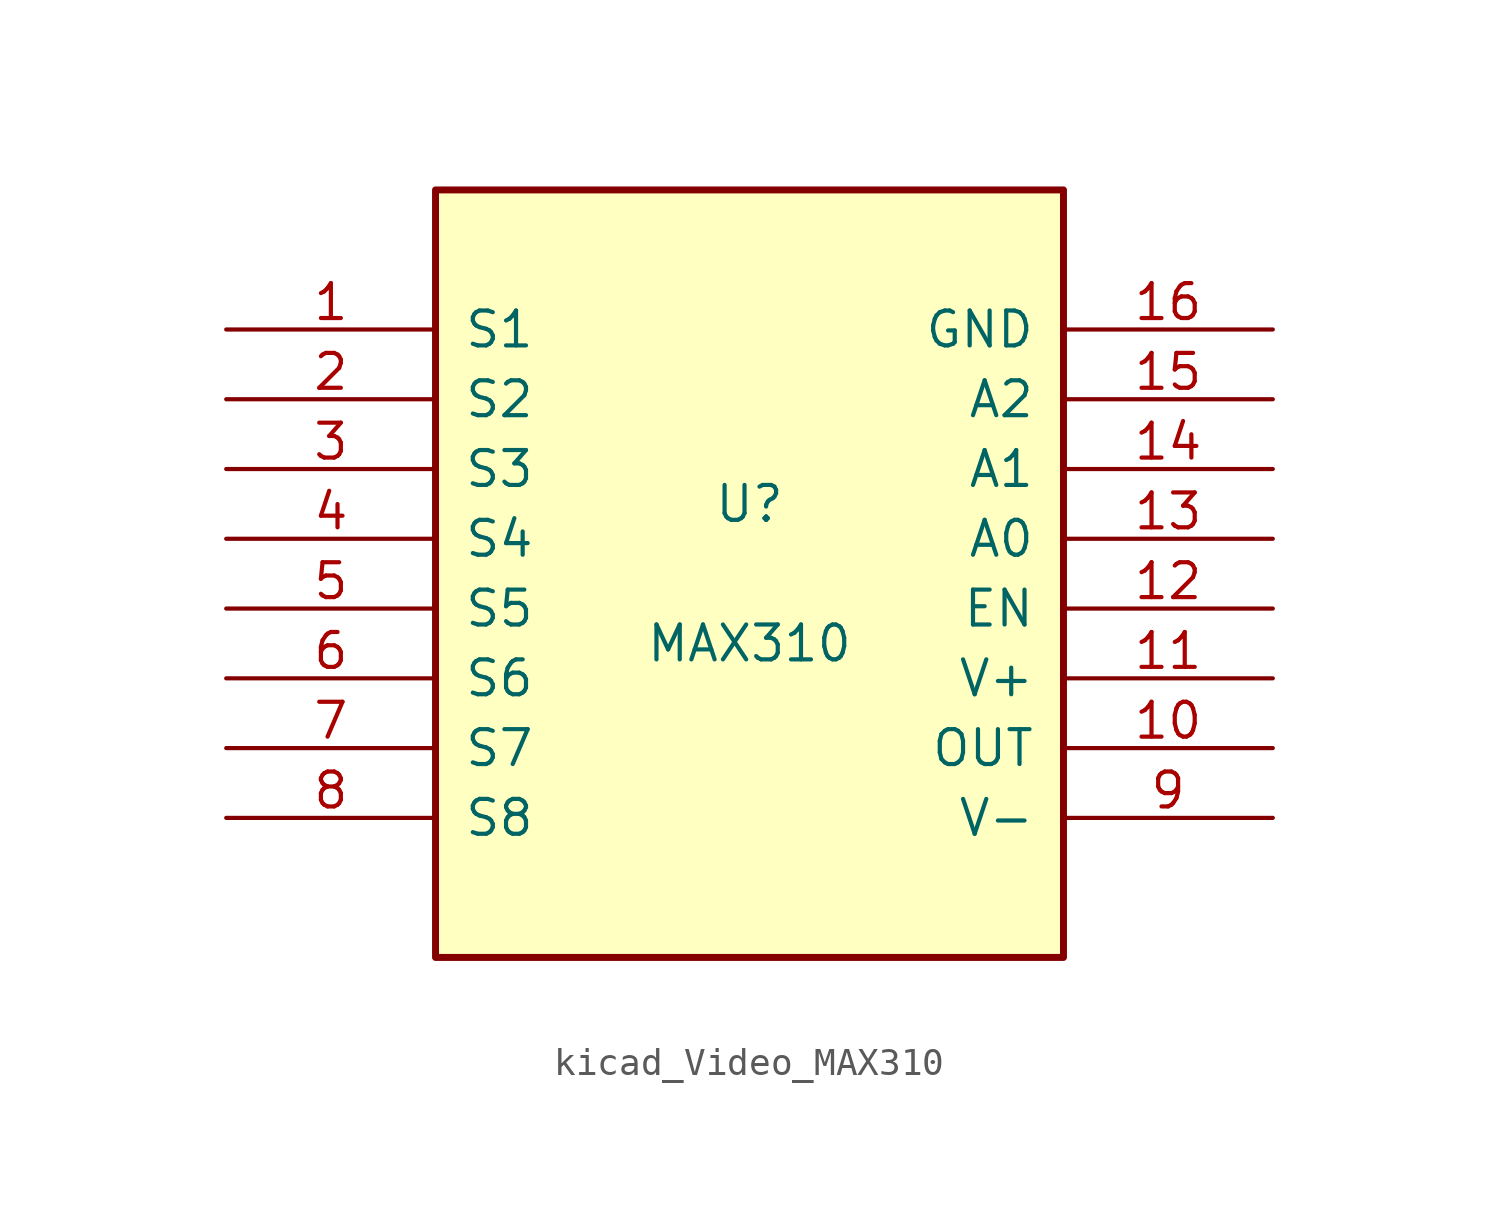
<source format=kicad_sym>
(kicad_symbol_lib
  (version 20220914)
  (generator kicad_symbol_editor)
  (symbol "kicad_Video_MAX310"
    (pin_names
      (offset 1.016))
    (property "Reference" "U"
      (at 0 2.54 0)
      (effects (font (size 1.27 1.27))))
    (property "Value" "MAX310"
      (at 0 -2.54 0)
      (effects (font (size 1.27 1.27))))
    (symbol "kicad_Video_MAX310_0_1"
      (rectangle (start -11.43 -13.97) (end 11.43 13.97) (stroke (width 0.254) (type default)) (fill (type background))))
    (symbol "kicad_Video_MAX310_1_1"
      (pin input line (at -19.05 8.89 0) (length 7.62) (name "S1" (effects (font (size 1.27 1.27)))) (number "1" (effects (font (size 1.27 1.27)))))
      (pin input line (at 19.05 -6.35 180) (length 7.62) (name "OUT" (effects (font (size 1.27 1.27)))) (number "10" (effects (font (size 1.27 1.27)))))
      (pin input line (at 19.05 -3.81 180) (length 7.62) (name "V+" (effects (font (size 1.27 1.27)))) (number "11" (effects (font (size 1.27 1.27)))))
      (pin input line (at 19.05 -1.27 180) (length 7.62) (name "EN" (effects (font (size 1.27 1.27)))) (number "12" (effects (font (size 1.27 1.27)))))
      (pin input line (at 19.05 1.27 180) (length 7.62) (name "A0" (effects (font (size 1.27 1.27)))) (number "13" (effects (font (size 1.27 1.27)))))
      (pin input line (at 19.05 3.81 180) (length 7.62) (name "A1" (effects (font (size 1.27 1.27)))) (number "14" (effects (font (size 1.27 1.27)))))
      (pin input line (at 19.05 6.35 180) (length 7.62) (name "A2" (effects (font (size 1.27 1.27)))) (number "15" (effects (font (size 1.27 1.27)))))
      (pin input line (at 19.05 8.89 180) (length 7.62) (name "GND" (effects (font (size 1.27 1.27)))) (number "16" (effects (font (size 1.27 1.27)))))
      (pin input line (at -19.05 6.35 0) (length 7.62) (name "S2" (effects (font (size 1.27 1.27)))) (number "2" (effects (font (size 1.27 1.27)))))
      (pin input line (at -19.05 3.81 0) (length 7.62) (name "S3" (effects (font (size 1.27 1.27)))) (number "3" (effects (font (size 1.27 1.27)))))
      (pin input line (at -19.05 1.27 0) (length 7.62) (name "S4" (effects (font (size 1.27 1.27)))) (number "4" (effects (font (size 1.27 1.27)))))
      (pin input line (at -19.05 -1.27 0) (length 7.62) (name "S5" (effects (font (size 1.27 1.27)))) (number "5" (effects (font (size 1.27 1.27)))))
      (pin input line (at -19.05 -3.81 0) (length 7.62) (name "S6" (effects (font (size 1.27 1.27)))) (number "6" (effects (font (size 1.27 1.27)))))
      (pin input line (at -19.05 -6.35 0) (length 7.62) (name "S7" (effects (font (size 1.27 1.27)))) (number "7" (effects (font (size 1.27 1.27)))))
      (pin input line (at -19.05 -8.89 0) (length 7.62) (name "S8" (effects (font (size 1.27 1.27)))) (number "8" (effects (font (size 1.27 1.27)))))
      (pin input line (at 19.05 -8.89 180) (length 7.62) (name "V-" (effects (font (size 1.27 1.27)))) (number "9" (effects (font (size 1.27 1.27))))))))
</source>
